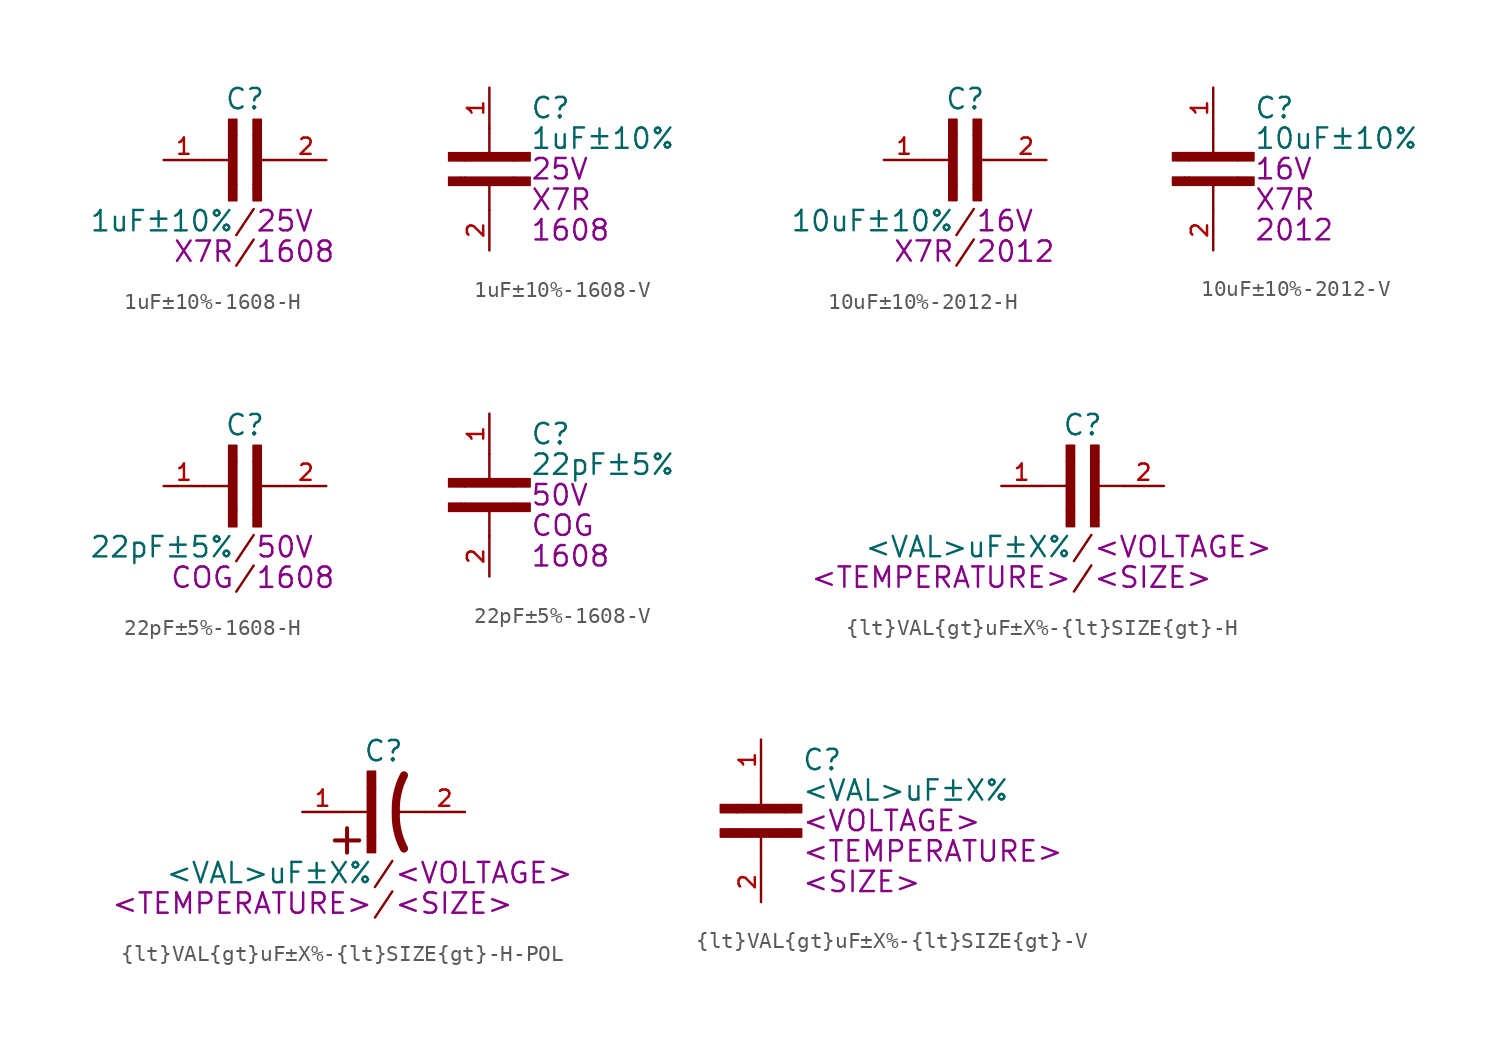
<source format=kicad_sym>
(kicad_symbol_lib
  (version 20231120)
  (generator "kicad_symbol_editor")
  (generator_version "8.0")
  (symbol "1uF±10%-1608-H"
    (pin_names
      (offset 1.016))
    (property "Reference" "C"
      (at 0 3.81 0)
      (effects (font (size 1.27 1.27))))
    (property "Value" "1uF±10%"
      (at -0.635 -3.81 0)
      (effects (font (size 1.27 1.27)) (justify right)))
    (property "VOLTAGE" "25V"
      (at 0.635 -3.81 0)
      (effects (font (size 1.27 1.27)) (justify left)))
    (property "TEMPERATURE" "X7R"
      (at -0.635 -5.715 0)
      (effects (font (size 1.27 1.27)) (justify right)))
    (property "SIZE" "1608"
      (at 0.635 -5.715 0)
      (effects (font (size 1.27 1.27)) (justify left)))
    (symbol "1uF±10%-1608-H_0_0"
      (rectangle (start -1.016 -2.54) (end -0.508 -1.524) (stroke (width 0.1) (type default)) (fill (type outline)))
      (rectangle (start -1.016 1.524) (end -0.508 -1.524) (stroke (width 0.1) (type default)) (fill (type outline)))
      (rectangle (start -1.016 1.524) (end -0.508 2.54) (stroke (width 0.1) (type default)) (fill (type outline)))
      (polyline (pts (xy -0.762 0) (xy -2.54 0)) (stroke (width 0.152) (type default)) (fill (type none)))
      (polyline (pts (xy 0.762 0) (xy 2.54 0)) (stroke (width 0.152) (type default)) (fill (type none)))
      (rectangle (start 0.508 -2.54) (end 1.016 -1.778) (stroke (width 0.1) (type default)) (fill (type outline)))
      (rectangle (start 0.508 -1.778) (end 1.016 -1.524) (stroke (width 0.1) (type default)) (fill (type outline)))
      (rectangle (start 0.508 -1.524) (end 1.016 1.524) (stroke (width 0.1) (type default)) (fill (type outline)))
      (rectangle (start 0.508 1.524) (end 1.016 2.54) (stroke (width 0.1) (type default)) (fill (type outline)))
      (text "/" (at 0 -5.715 0) (effects (font (size 1.27 1.27))))
      (text "/" (at 0 -3.81 0) (effects (font (size 1.27 1.27))))
      (pin passive line (at -5.08 0 0) (length 2.54) (name "~" (effects (font (size 1.016 1.016)))) (number "1" (effects (font (size 1.016 1.016)))))
      (pin passive line (at 5.08 0 180) (length 2.54) (name "~" (effects (font (size 1.016 1.016)))) (number "2" (effects (font (size 1.016 1.016)))))))
  (symbol "1uF±10%-1608-V"
    (pin_names
      (offset 1.016))
    (property "Reference" "C"
      (at 2.54 3.81 0)
      (effects (font (size 1.27 1.27)) (justify left)))
    (property "Value" "1uF±10%"
      (at 2.54 1.905 0)
      (effects (font (size 1.27 1.27)) (justify left)))
    (property "VOLTAGE" "25V"
      (at 2.54 0 0)
      (effects (font (size 1.27 1.27)) (justify left)))
    (property "TEMPERATURE" "X7R"
      (at 2.54 -1.905 0)
      (effects (font (size 1.27 1.27)) (justify left)))
    (property "SIZE" "1608"
      (at 2.54 -3.81 0)
      (effects (font (size 1.27 1.27)) (justify left)))
    (symbol "1uF±10%-1608-V_0_0"
      (rectangle (start -2.54 -1.016) (end -1.778 -0.508) (stroke (width 0.1) (type default)) (fill (type outline)))
      (rectangle (start -2.54 0.508) (end -1.524 1.016) (stroke (width 0.1) (type default)) (fill (type outline)))
      (rectangle (start -1.778 -1.016) (end -1.524 -0.508) (stroke (width 0.1) (type default)) (fill (type outline)))
      (rectangle (start -1.524 -1.016) (end 1.524 -0.508) (stroke (width 0.1) (type default)) (fill (type outline)))
      (rectangle (start -1.524 0.508) (end 1.524 1.016) (stroke (width 0.1) (type default)) (fill (type outline)))
      (polyline (pts (xy 0 -0.762) (xy 0 -2.54)) (stroke (width 0.152) (type default)) (fill (type none)))
      (polyline (pts (xy 0 0.762) (xy 0 2.54)) (stroke (width 0.152) (type default)) (fill (type none)))
      (rectangle (start 1.524 -1.016) (end 2.54 -0.508) (stroke (width 0.1) (type default)) (fill (type outline)))
      (rectangle (start 1.524 0.508) (end 2.54 1.016) (stroke (width 0.1) (type default)) (fill (type outline)))
      (pin passive line (at 0 5.08 270) (length 2.54) (name "~" (effects (font (size 1.016 1.016)))) (number "1" (effects (font (size 1.016 1.016)))))
      (pin passive line (at 0 -5.08 90) (length 2.54) (name "~" (effects (font (size 1.016 1.016)))) (number "2" (effects (font (size 1.016 1.016)))))))
  (symbol "10uF±10%-2012-H"
    (pin_names
      (offset 1.016))
    (property "Reference" "C"
      (at 0 3.81 0)
      (effects (font (size 1.27 1.27))))
    (property "Value" "10uF±10%"
      (at -0.635 -3.81 0)
      (effects (font (size 1.27 1.27)) (justify right)))
    (property "VOLTAGE" "16V"
      (at 0.635 -3.81 0)
      (effects (font (size 1.27 1.27)) (justify left)))
    (property "TEMPERATURE" "X7R"
      (at -0.635 -5.715 0)
      (effects (font (size 1.27 1.27)) (justify right)))
    (property "SIZE" "2012"
      (at 0.635 -5.715 0)
      (effects (font (size 1.27 1.27)) (justify left)))
    (symbol "10uF±10%-2012-H_0_0"
      (rectangle (start -1.016 -2.54) (end -0.508 -1.524) (stroke (width 0.1) (type default)) (fill (type outline)))
      (rectangle (start -1.016 1.524) (end -0.508 -1.524) (stroke (width 0.1) (type default)) (fill (type outline)))
      (rectangle (start -1.016 1.524) (end -0.508 2.54) (stroke (width 0.1) (type default)) (fill (type outline)))
      (polyline (pts (xy -0.762 0) (xy -2.54 0)) (stroke (width 0.152) (type default)) (fill (type none)))
      (polyline (pts (xy 0.762 0) (xy 2.54 0)) (stroke (width 0.152) (type default)) (fill (type none)))
      (rectangle (start 0.508 -2.54) (end 1.016 -1.778) (stroke (width 0.1) (type default)) (fill (type outline)))
      (rectangle (start 0.508 -1.778) (end 1.016 -1.524) (stroke (width 0.1) (type default)) (fill (type outline)))
      (rectangle (start 0.508 -1.524) (end 1.016 1.524) (stroke (width 0.1) (type default)) (fill (type outline)))
      (rectangle (start 0.508 1.524) (end 1.016 2.54) (stroke (width 0.1) (type default)) (fill (type outline)))
      (text "/" (at 0 -5.715 0) (effects (font (size 1.27 1.27))))
      (text "/" (at 0 -3.81 0) (effects (font (size 1.27 1.27))))
      (pin passive line (at -5.08 0 0) (length 2.54) (name "~" (effects (font (size 1.016 1.016)))) (number "1" (effects (font (size 1.016 1.016)))))
      (pin passive line (at 5.08 0 180) (length 2.54) (name "~" (effects (font (size 1.016 1.016)))) (number "2" (effects (font (size 1.016 1.016)))))))
  (symbol "10uF±10%-2012-V"
    (pin_names
      (offset 1.016))
    (property "Reference" "C"
      (at 2.54 3.81 0)
      (effects (font (size 1.27 1.27)) (justify left)))
    (property "Value" "10uF±10%"
      (at 2.54 1.905 0)
      (effects (font (size 1.27 1.27)) (justify left)))
    (property "VOLTAGE" "16V"
      (at 2.54 0 0)
      (effects (font (size 1.27 1.27)) (justify left)))
    (property "TEMPERATURE" "X7R"
      (at 2.54 -1.905 0)
      (effects (font (size 1.27 1.27)) (justify left)))
    (property "SIZE" "2012"
      (at 2.54 -3.81 0)
      (effects (font (size 1.27 1.27)) (justify left)))
    (symbol "10uF±10%-2012-V_0_0"
      (rectangle (start -2.54 -1.016) (end -1.778 -0.508) (stroke (width 0.1) (type default)) (fill (type outline)))
      (rectangle (start -2.54 0.508) (end -1.524 1.016) (stroke (width 0.1) (type default)) (fill (type outline)))
      (rectangle (start -1.778 -1.016) (end -1.524 -0.508) (stroke (width 0.1) (type default)) (fill (type outline)))
      (rectangle (start -1.524 -1.016) (end 1.524 -0.508) (stroke (width 0.1) (type default)) (fill (type outline)))
      (rectangle (start -1.524 0.508) (end 1.524 1.016) (stroke (width 0.1) (type default)) (fill (type outline)))
      (polyline (pts (xy 0 -0.762) (xy 0 -2.54)) (stroke (width 0.152) (type default)) (fill (type none)))
      (polyline (pts (xy 0 0.762) (xy 0 2.54)) (stroke (width 0.152) (type default)) (fill (type none)))
      (rectangle (start 1.524 -1.016) (end 2.54 -0.508) (stroke (width 0.1) (type default)) (fill (type outline)))
      (rectangle (start 1.524 0.508) (end 2.54 1.016) (stroke (width 0.1) (type default)) (fill (type outline)))
      (pin passive line (at 0 5.08 270) (length 2.54) (name "~" (effects (font (size 1.016 1.016)))) (number "1" (effects (font (size 1.016 1.016)))))
      (pin passive line (at 0 -5.08 90) (length 2.54) (name "~" (effects (font (size 1.016 1.016)))) (number "2" (effects (font (size 1.016 1.016)))))))
  (symbol "22pF±5%-1608-H"
    (pin_names
      (offset 1.016))
    (property "Reference" "C"
      (at 0 3.81 0)
      (effects (font (size 1.27 1.27))))
    (property "Value" "22pF±5%"
      (at -0.635 -3.81 0)
      (effects (font (size 1.27 1.27)) (justify right)))
    (property "VOLTAGE" "50V"
      (at 0.635 -3.81 0)
      (effects (font (size 1.27 1.27)) (justify left)))
    (property "TEMPERATURE" "COG"
      (at -0.635 -5.715 0)
      (effects (font (size 1.27 1.27)) (justify right)))
    (property "SIZE" "1608"
      (at 0.635 -5.715 0)
      (effects (font (size 1.27 1.27)) (justify left)))
    (symbol "22pF±5%-1608-H_0_0"
      (rectangle (start -1.016 -2.54) (end -0.508 -1.524) (stroke (width 0.1) (type default)) (fill (type outline)))
      (rectangle (start -1.016 1.524) (end -0.508 -1.524) (stroke (width 0.1) (type default)) (fill (type outline)))
      (rectangle (start -1.016 1.524) (end -0.508 2.54) (stroke (width 0.1) (type default)) (fill (type outline)))
      (polyline (pts (xy -0.762 0) (xy -2.54 0)) (stroke (width 0.152) (type default)) (fill (type none)))
      (polyline (pts (xy 0.762 0) (xy 2.54 0)) (stroke (width 0.152) (type default)) (fill (type none)))
      (rectangle (start 0.508 -2.54) (end 1.016 -1.778) (stroke (width 0.1) (type default)) (fill (type outline)))
      (rectangle (start 0.508 -1.778) (end 1.016 -1.524) (stroke (width 0.1) (type default)) (fill (type outline)))
      (rectangle (start 0.508 -1.524) (end 1.016 1.524) (stroke (width 0.1) (type default)) (fill (type outline)))
      (rectangle (start 0.508 1.524) (end 1.016 2.54) (stroke (width 0.1) (type default)) (fill (type outline)))
      (text "/" (at 0 -5.715 0) (effects (font (size 1.27 1.27))))
      (text "/" (at 0 -3.81 0) (effects (font (size 1.27 1.27))))
      (pin passive line (at -5.08 0 0) (length 2.54) (name "~" (effects (font (size 1.016 1.016)))) (number "1" (effects (font (size 1.016 1.016)))))
      (pin passive line (at 5.08 0 180) (length 2.54) (name "~" (effects (font (size 1.016 1.016)))) (number "2" (effects (font (size 1.016 1.016)))))))
  (symbol "22pF±5%-1608-V"
    (pin_names
      (offset 1.016))
    (property "Reference" "C"
      (at 2.54 3.81 0)
      (effects (font (size 1.27 1.27)) (justify left)))
    (property "Value" "22pF±5%"
      (at 2.54 1.905 0)
      (effects (font (size 1.27 1.27)) (justify left)))
    (property "VOLTAGE" "50V"
      (at 2.54 0 0)
      (effects (font (size 1.27 1.27)) (justify left)))
    (property "TEMPERATURE" "COG"
      (at 2.54 -1.905 0)
      (effects (font (size 1.27 1.27)) (justify left)))
    (property "SIZE" "1608"
      (at 2.54 -3.81 0)
      (effects (font (size 1.27 1.27)) (justify left)))
    (symbol "22pF±5%-1608-V_0_0"
      (rectangle (start -2.54 -1.016) (end -1.778 -0.508) (stroke (width 0.1) (type default)) (fill (type outline)))
      (rectangle (start -2.54 0.508) (end -1.524 1.016) (stroke (width 0.1) (type default)) (fill (type outline)))
      (rectangle (start -1.778 -1.016) (end -1.524 -0.508) (stroke (width 0.1) (type default)) (fill (type outline)))
      (rectangle (start -1.524 -1.016) (end 1.524 -0.508) (stroke (width 0.1) (type default)) (fill (type outline)))
      (rectangle (start -1.524 0.508) (end 1.524 1.016) (stroke (width 0.1) (type default)) (fill (type outline)))
      (polyline (pts (xy 0 -0.762) (xy 0 -2.54)) (stroke (width 0.152) (type default)) (fill (type none)))
      (polyline (pts (xy 0 0.762) (xy 0 2.54)) (stroke (width 0.152) (type default)) (fill (type none)))
      (rectangle (start 1.524 -1.016) (end 2.54 -0.508) (stroke (width 0.1) (type default)) (fill (type outline)))
      (rectangle (start 1.524 0.508) (end 2.54 1.016) (stroke (width 0.1) (type default)) (fill (type outline)))
      (pin passive line (at 0 5.08 270) (length 2.54) (name "~" (effects (font (size 1.016 1.016)))) (number "1" (effects (font (size 1.016 1.016)))))
      (pin passive line (at 0 -5.08 90) (length 2.54) (name "~" (effects (font (size 1.016 1.016)))) (number "2" (effects (font (size 1.016 1.016)))))))
  (symbol "{lt}VAL{gt}uF±X%-{lt}SIZE{gt}-H"
    (pin_names
      (offset 1.016))
    (property "Reference" "C"
      (at 0 3.81 0)
      (effects (font (size 1.27 1.27))))
    (property "Value" "<VAL>uF±X%"
      (at -0.635 -3.81 0)
      (effects (font (size 1.27 1.27)) (justify right)))
    (property "VOLTAGE" "<VOLTAGE>"
      (at 0.635 -3.81 0)
      (effects (font (size 1.27 1.27)) (justify left)))
    (property "TEMPERATURE" "<TEMPERATURE>"
      (at -0.635 -5.715 0)
      (effects (font (size 1.27 1.27)) (justify right)))
    (property "SIZE" "<SIZE>"
      (at 0.635 -5.715 0)
      (effects (font (size 1.27 1.27)) (justify left)))
    (symbol "{lt}VAL{gt}uF±X%-{lt}SIZE{gt}-H_0_0"
      (rectangle (start -1.016 -2.54) (end -0.508 -1.524) (stroke (width 0.1) (type default)) (fill (type outline)))
      (rectangle (start -1.016 1.524) (end -0.508 -1.524) (stroke (width 0.1) (type default)) (fill (type outline)))
      (rectangle (start -1.016 1.524) (end -0.508 2.54) (stroke (width 0.1) (type default)) (fill (type outline)))
      (polyline (pts (xy -0.762 0) (xy -2.54 0)) (stroke (width 0.152) (type default)) (fill (type none)))
      (polyline (pts (xy 0.762 0) (xy 2.54 0)) (stroke (width 0.152) (type default)) (fill (type none)))
      (rectangle (start 0.508 -2.54) (end 1.016 -1.778) (stroke (width 0.1) (type default)) (fill (type outline)))
      (rectangle (start 0.508 -1.778) (end 1.016 -1.524) (stroke (width 0.1) (type default)) (fill (type outline)))
      (rectangle (start 0.508 -1.524) (end 1.016 1.524) (stroke (width 0.1) (type default)) (fill (type outline)))
      (rectangle (start 0.508 1.524) (end 1.016 2.54) (stroke (width 0.1) (type default)) (fill (type outline)))
      (text "/" (at 0 -5.715 0) (effects (font (size 1.27 1.27))))
      (text "/" (at 0 -3.81 0) (effects (font (size 1.27 1.27))))
      (pin passive line (at -5.08 0 0) (length 2.54) (name "~" (effects (font (size 1.016 1.016)))) (number "1" (effects (font (size 1.016 1.016)))))
      (pin passive line (at 5.08 0 180) (length 2.54) (name "~" (effects (font (size 1.016 1.016)))) (number "2" (effects (font (size 1.016 1.016)))))))
  (symbol "{lt}VAL{gt}uF±X%-{lt}SIZE{gt}-H-POL"
    (pin_names
      (offset 1.016))
    (property "Reference" "C"
      (at 0 3.81 0)
      (effects (font (size 1.27 1.27))))
    (property "Value" "<VAL>uF±X%"
      (at -0.635 -3.81 0)
      (effects (font (size 1.27 1.27)) (justify right)))
    (property "VOLTAGE" "<VOLTAGE>"
      (at 0.635 -3.81 0)
      (effects (font (size 1.27 1.27)) (justify left)))
    (property "TEMPERATURE" "<TEMPERATURE>"
      (at -0.635 -5.715 0)
      (effects (font (size 1.27 1.27)) (justify right)))
    (property "SIZE" "<SIZE>"
      (at 0.635 -5.715 0)
      (effects (font (size 1.27 1.27)) (justify left)))
    (symbol "{lt}VAL{gt}uF±X%-{lt}SIZE{gt}-H-POL_0_0"
      (rectangle (start -1.016 -2.54) (end -0.508 -1.524) (stroke (width 0.1) (type default)) (fill (type outline)))
      (rectangle (start -1.016 -1.524) (end -0.508 1.524) (stroke (width 0.1) (type default)) (fill (type outline)))
      (rectangle (start -1.016 1.524) (end -0.508 2.54) (stroke (width 0.1) (type default)) (fill (type outline)))
      (polyline (pts (xy -2.286 -2.54) (xy -2.286 -1.016)) (stroke (width 0.254) (type default)) (fill (type none)))
      (polyline (pts (xy -1.524 -1.778) (xy -3.048 -1.778)) (stroke (width 0.254) (type default)) (fill (type none)))
      (polyline (pts (xy -0.762 0) (xy -2.54 0)) (stroke (width 0.152) (type default)) (fill (type none)))
      (polyline (pts (xy 0.762 0) (xy 2.54 0)) (stroke (width 0.152) (type default)) (fill (type none)))
      (arc (start 0.762 0) (mid 0.8656 -1.1764) (end 1.27 -2.286) (stroke (width 0.508) (type default)) (fill (type none)))
      (arc (start 1.27 2.286) (mid 0.8655 1.1764) (end 0.762 0) (stroke (width 0.508) (type default)) (fill (type none)))
      (text "/" (at 0 -5.715 0) (effects (font (size 1.27 1.27))))
      (text "/" (at 0 -3.81 0) (effects (font (size 1.27 1.27))))
      (pin passive line (at -5.08 0 0) (length 2.54) (name "~" (effects (font (size 1.016 1.016)))) (number "1" (effects (font (size 1.016 1.016)))))
      (pin passive line (at 5.08 0 180) (length 2.54) (name "~" (effects (font (size 1.016 1.016)))) (number "2" (effects (font (size 1.016 1.016)))))))
  (symbol "{lt}VAL{gt}uF±X%-{lt}SIZE{gt}-V"
    (pin_names
      (offset 1.016))
    (property "Reference" "C"
      (at 2.54 3.81 0)
      (effects (font (size 1.27 1.27)) (justify left)))
    (property "Value" "<VAL>uF±X%"
      (at 2.54 1.905 0)
      (effects (font (size 1.27 1.27)) (justify left)))
    (property "VOLTAGE" "<VOLTAGE>"
      (at 2.54 0 0)
      (effects (font (size 1.27 1.27)) (justify left)))
    (property "TEMPERATURE" "<TEMPERATURE>"
      (at 2.54 -1.905 0)
      (effects (font (size 1.27 1.27)) (justify left)))
    (property "SIZE" "<SIZE>"
      (at 2.54 -3.81 0)
      (effects (font (size 1.27 1.27)) (justify left)))
    (symbol "{lt}VAL{gt}uF±X%-{lt}SIZE{gt}-V_0_0"
      (rectangle (start -2.54 -1.016) (end -1.778 -0.508) (stroke (width 0.1) (type default)) (fill (type outline)))
      (rectangle (start -2.54 0.508) (end -1.524 1.016) (stroke (width 0.1) (type default)) (fill (type outline)))
      (rectangle (start -1.778 -1.016) (end -1.524 -0.508) (stroke (width 0.1) (type default)) (fill (type outline)))
      (rectangle (start -1.524 -1.016) (end 1.524 -0.508) (stroke (width 0.1) (type default)) (fill (type outline)))
      (rectangle (start -1.524 0.508) (end 1.524 1.016) (stroke (width 0.1) (type default)) (fill (type outline)))
      (polyline (pts (xy 0 -0.762) (xy 0 -2.54)) (stroke (width 0.152) (type default)) (fill (type none)))
      (polyline (pts (xy 0 0.762) (xy 0 2.54)) (stroke (width 0.152) (type default)) (fill (type none)))
      (rectangle (start 1.524 -1.016) (end 2.54 -0.508) (stroke (width 0.1) (type default)) (fill (type outline)))
      (rectangle (start 1.524 0.508) (end 2.54 1.016) (stroke (width 0.1) (type default)) (fill (type outline)))
      (pin passive line (at 0 5.08 270) (length 2.54) (name "~" (effects (font (size 1.016 1.016)))) (number "1" (effects (font (size 1.016 1.016)))))
      (pin passive line (at 0 -5.08 90) (length 2.54) (name "~" (effects (font (size 1.016 1.016)))) (number "2" (effects (font (size 1.016 1.016))))))))
</source>
